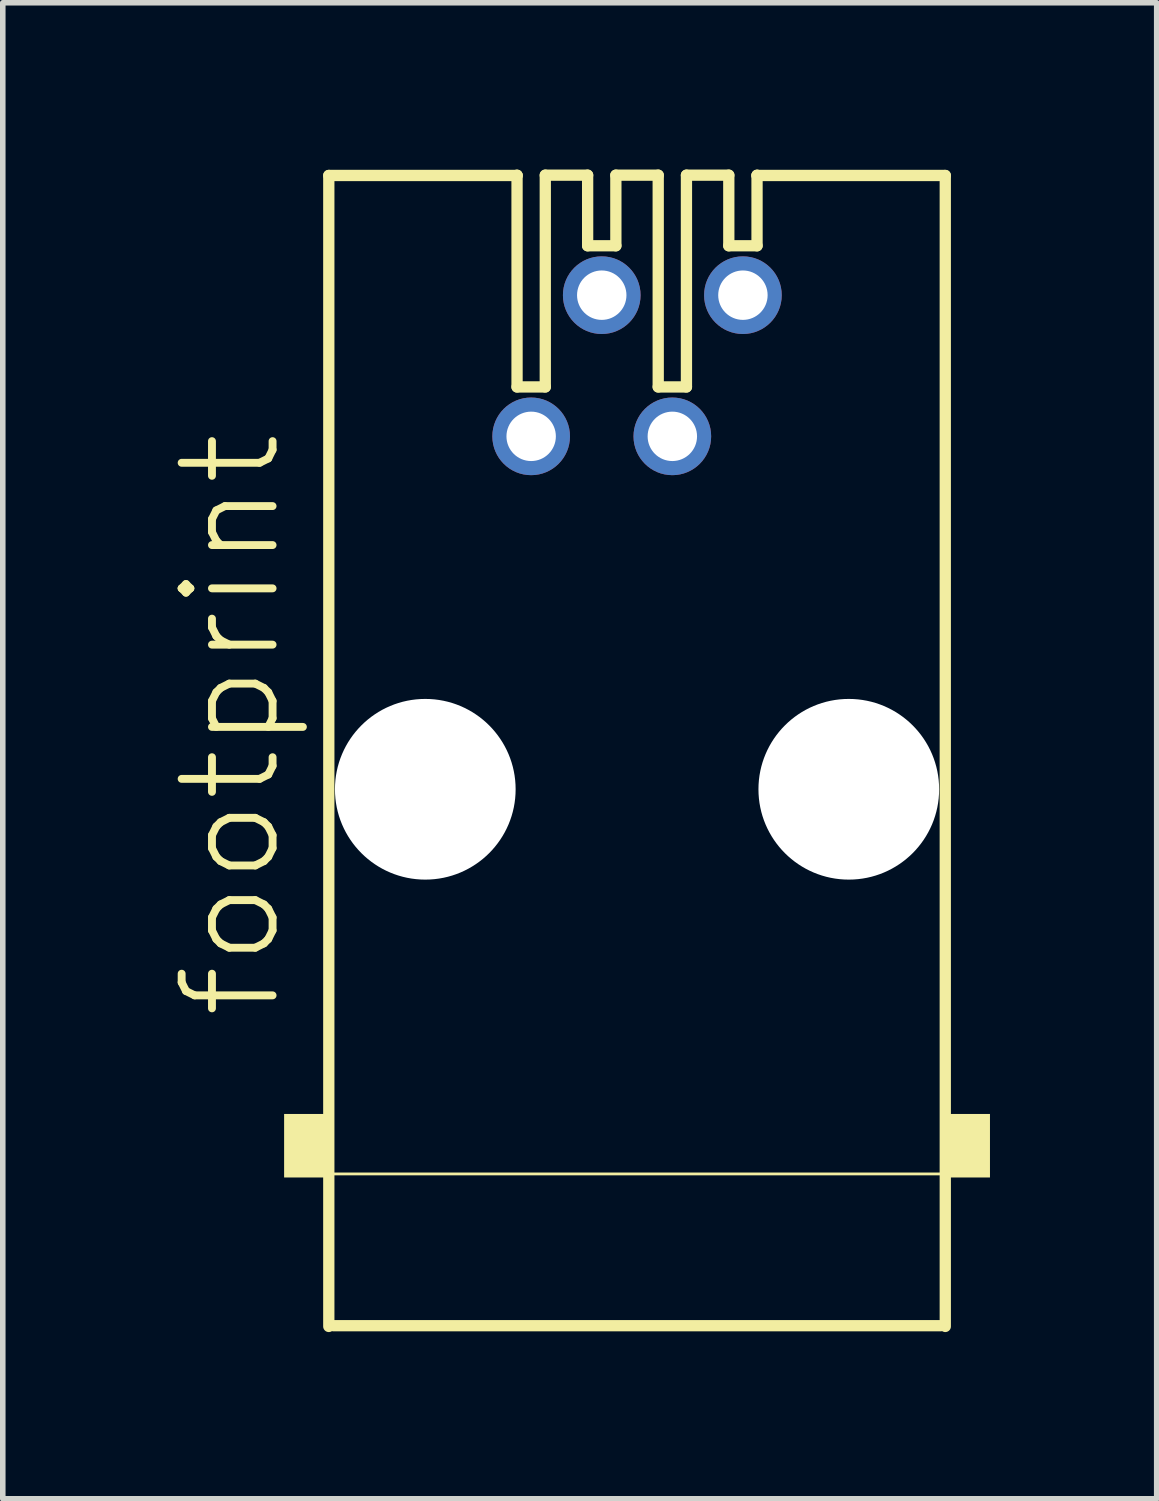
<source format=kicad_pcb>
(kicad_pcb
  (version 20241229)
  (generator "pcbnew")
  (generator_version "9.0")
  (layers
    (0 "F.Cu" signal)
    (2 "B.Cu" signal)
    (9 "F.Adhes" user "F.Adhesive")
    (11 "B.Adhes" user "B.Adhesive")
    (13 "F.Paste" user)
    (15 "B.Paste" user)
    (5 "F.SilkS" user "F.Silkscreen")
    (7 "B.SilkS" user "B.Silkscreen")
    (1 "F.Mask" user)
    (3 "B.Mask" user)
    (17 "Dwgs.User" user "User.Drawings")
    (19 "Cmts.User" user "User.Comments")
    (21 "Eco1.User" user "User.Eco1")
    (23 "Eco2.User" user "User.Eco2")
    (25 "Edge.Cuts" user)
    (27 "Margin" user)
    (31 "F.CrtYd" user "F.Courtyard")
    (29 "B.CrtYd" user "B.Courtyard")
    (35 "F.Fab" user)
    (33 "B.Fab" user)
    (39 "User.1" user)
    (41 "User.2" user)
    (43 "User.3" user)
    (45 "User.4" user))
  (footprint "footprint"
    (layer "F.Cu")
    (at 8.412 11.151)
    (property "Reference" "footprint" (at -6.35 4.191 90) (layer "F.SilkS") (effects (font (size 1.636 1.636) (thickness 0.142)) (justify left bottom)))
    (fp_line (start -5.546 -11.044) (end -2.159 -11.044) (stroke (width 0.203) (type solid)) (layer "F.SilkS"))
    (fp_line (start -5.546 9.665) (end -5.546 -11.044) (stroke (width 0.203) (type solid)) (layer "F.SilkS"))
    (fp_line (start -2.159 -11.049) (end -2.159 -11.044) (stroke (width 0.203) (type solid)) (layer "F.SilkS"))
    (fp_line (start -2.159 -11.044) (end -2.159 -7.239) (stroke (width 0.203) (type solid)) (layer "F.SilkS"))
    (fp_line (start -2.159 -7.239) (end -1.651 -7.239) (stroke (width 0.203) (type solid)) (layer "F.SilkS"))
    (fp_line (start -1.651 -11.049) (end -1.651 -7.239) (stroke (width 0.203) (type solid)) (layer "F.SilkS"))
    (fp_line (start -1.651 -11.049) (end -0.889 -11.049) (stroke (width 0.203) (type solid)) (layer "F.SilkS"))
    (fp_line (start -0.889 -11.049) (end -0.889 -9.779) (stroke (width 0.203) (type solid)) (layer "F.SilkS"))
    (fp_line (start -0.889 -9.779) (end -0.381 -9.779) (stroke (width 0.203) (type solid)) (layer "F.SilkS"))
    (fp_line (start -0.381 -11.049) (end -0.381 -9.779) (stroke (width 0.203) (type solid)) (layer "F.SilkS"))
    (fp_line (start -0.381 -11.049) (end 0.381 -11.049) (stroke (width 0.203) (type solid)) (layer "F.SilkS"))
    (fp_line (start 0.381 -11.049) (end 0.381 -7.239) (stroke (width 0.203) (type solid)) (layer "F.SilkS"))
    (fp_line (start 0.381 -7.239) (end 0.889 -7.239) (stroke (width 0.203) (type solid)) (layer "F.SilkS"))
    (fp_line (start 0.889 -11.049) (end 0.889 -7.239) (stroke (width 0.203) (type solid)) (layer "F.SilkS"))
    (fp_line (start 0.889 -11.049) (end 1.651 -11.049) (stroke (width 0.203) (type solid)) (layer "F.SilkS"))
    (fp_line (start 1.651 -11.049) (end 1.651 -9.779) (stroke (width 0.203) (type solid)) (layer "F.SilkS"))
    (fp_line (start 1.651 -9.779) (end 2.159 -9.779) (stroke (width 0.203) (type solid)) (layer "F.SilkS"))
    (fp_line (start 2.159 -11.049) (end 2.159 -11.044) (stroke (width 0.203) (type solid)) (layer "F.SilkS"))
    (fp_line (start 2.159 -11.044) (end 2.159 -9.779) (stroke (width 0.203) (type solid)) (layer "F.SilkS"))
    (fp_line (start 2.159 -11.044) (end 5.546 -11.044) (stroke (width 0.203) (type solid)) (layer "F.SilkS"))
    (fp_line (start 5.461 9.652) (end -5.461 9.652) (stroke (width 0.203) (type solid)) (layer "F.SilkS"))
    (fp_line (start 5.524 6.921) (end -5.524 6.921) (stroke (width 0.051) (type solid)) (layer "F.SilkS"))
    (fp_line (start 5.546 -11.044) (end 5.546 9.665) (stroke (width 0.203) (type solid)) (layer "F.SilkS"))
    (fp_poly (pts (xy -6.35 6.985) (xy -5.588 6.985) (xy -5.588 5.842) (xy -6.35 5.842)) (stroke (width 0) (type solid)) (fill yes) (layer "F.SilkS"))
    (fp_poly (pts (xy 5.461 6.985) (xy 6.35 6.985) (xy 6.35 5.842) (xy 5.461 5.842)) (stroke (width 0) (type solid)) (fill yes) (layer "F.SilkS"))
    (pad "" np_thru_hole circle (at -3.81 0) (size 3.251 3.251) (drill 3.251) (layers "*.Cu" "*.Mask"))
    (pad "" np_thru_hole circle (at 3.81 0) (size 3.251 3.251) (drill 3.251) (layers "*.Cu" "*.Mask"))
    (pad "1" thru_hole circle (at -1.905 -6.35) (size 1.397 1.397) (drill 0.889) (layers "*.Cu" "*.Mask"))
    (pad "2" thru_hole circle (at -0.635 -8.89) (size 1.397 1.397) (drill 0.889) (layers "*.Cu" "*.Mask"))
    (pad "3" thru_hole circle (at 0.635 -6.35) (size 1.397 1.397) (drill 0.889) (layers "*.Cu" "*.Mask"))
    (pad "4" thru_hole circle (at 1.905 -8.89) (size 1.397 1.397) (drill 0.889) (layers "*.Cu" "*.Mask")))
  (gr_rect
    (start -3 -3)
    (end 17.762 23.917)
    (stroke (width 0.1) (type default))
    (fill no)
    (layer "Edge.Cuts")))
</source>
